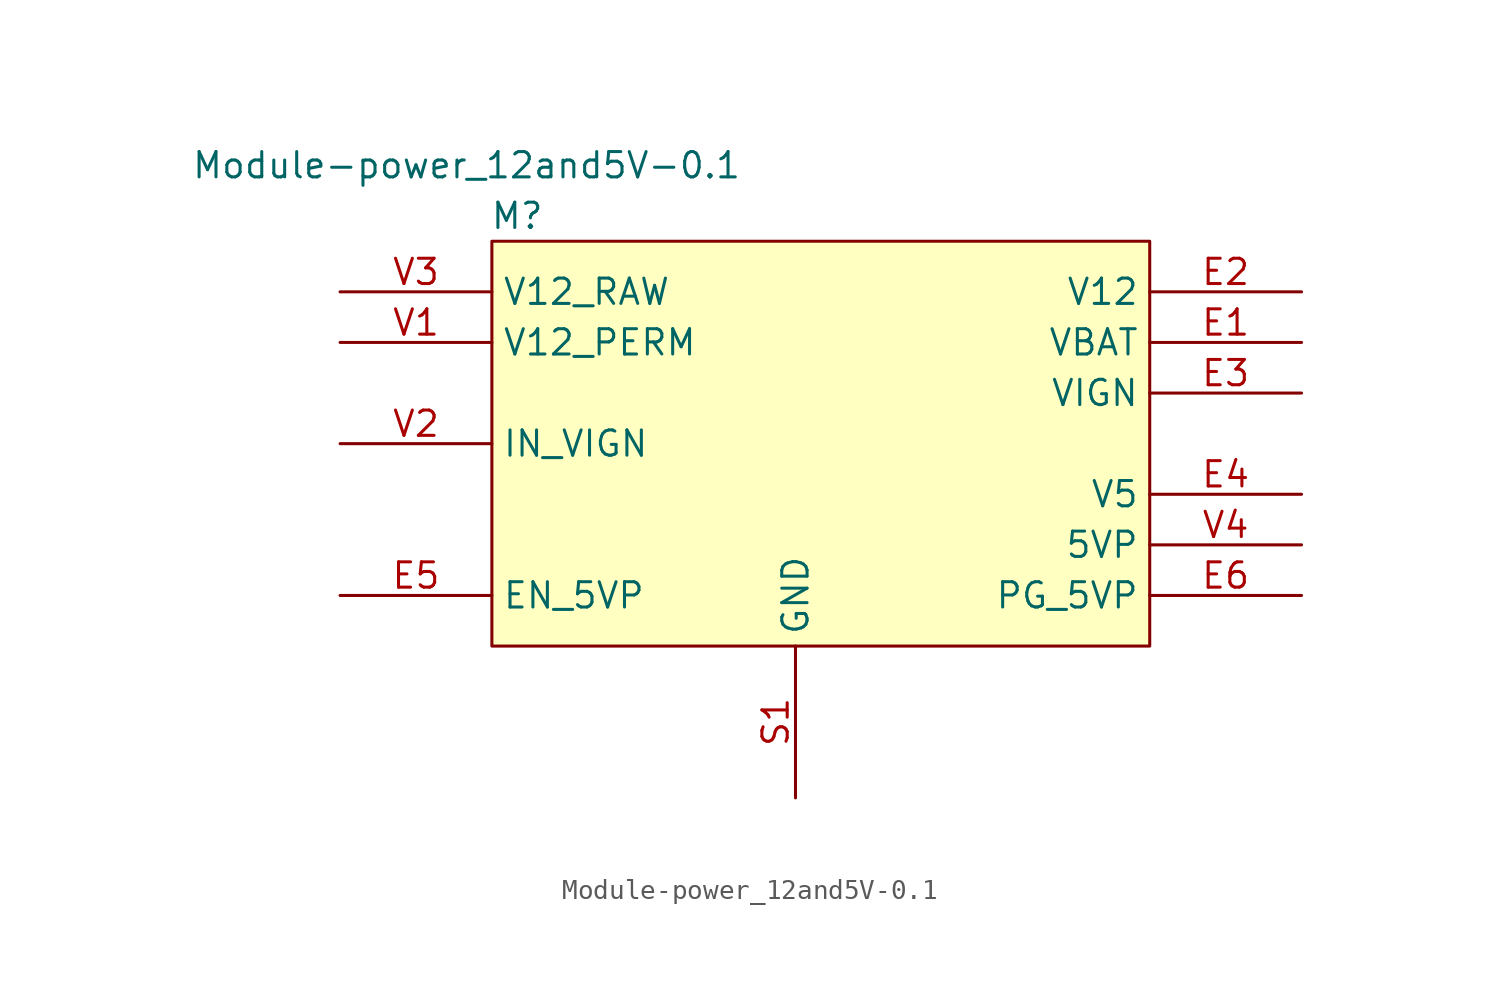
<source format=kicad_sym>
(kicad_symbol_lib
  (version 20211014)
  (generator kicad_symbol_editor)
  (symbol "Module-power_12and5V-0.1"
    (property "Reference" "M"
      (at 1.27 1.27 0)
      (effects (font (size 1.27 1.27))))
    (property "Value" "Module-power_12and5V-0.1"
      (at -1.27 3.81 0)
      (effects (font (size 1.27 1.27))))
    (symbol "Module-power_12and5V-0.1_1_0"
      (rectangle (start 33.02 0) (end 0 -20.32) (stroke (width 0) (type default) (color 0 0 0 0)) (fill (type background)))
      (pin passive line (at 40.64 -5.08 180) (length 7.62) (name "VBAT" (effects (font (size 1.27 1.27)))) (number "E1" (effects (font (size 1.27 1.27)))))
      (pin passive line (at 40.64 -2.54 180) (length 7.62) (name "V12" (effects (font (size 1.27 1.27)))) (number "E2" (effects (font (size 1.27 1.27)))))
      (pin passive line (at 40.64 -7.62 180) (length 7.62) (name "VIGN" (effects (font (size 1.27 1.27)))) (number "E3" (effects (font (size 1.27 1.27)))))
      (pin passive line (at 40.64 -12.7 180) (length 7.62) (name "V5" (effects (font (size 1.27 1.27)))) (number "E4" (effects (font (size 1.27 1.27)))))
      (pin passive line (at -7.62 -17.78 0) (length 7.62) (name "EN_5VP" (effects (font (size 1.27 1.27)))) (number "E5" (effects (font (size 1.27 1.27)))))
      (pin passive line (at 40.64 -17.78 180) (length 7.62) (name "PG_5VP" (effects (font (size 1.27 1.27)))) (number "E6" (effects (font (size 1.27 1.27)))))
      (pin passive line (at 15.24 -27.94 90) (length 7.62) (name "GND" (effects (font (size 1.27 1.27)))) (number "S1" (effects (font (size 1.27 1.27)))))
      (pin passive line (at -7.62 -5.08 0) (length 7.62) (name "V12_PERM" (effects (font (size 1.27 1.27)))) (number "V1" (effects (font (size 1.27 1.27)))))
      (pin passive line (at -7.62 -10.16 0) (length 7.62) (name "IN_VIGN" (effects (font (size 1.27 1.27)))) (number "V2" (effects (font (size 1.27 1.27)))))
      (pin passive line (at -7.62 -2.54 0) (length 7.62) (name "V12_RAW" (effects (font (size 1.27 1.27)))) (number "V3" (effects (font (size 1.27 1.27)))))
      (pin passive line (at 40.64 -15.24 180) (length 7.62) (name "5VP" (effects (font (size 1.27 1.27)))) (number "V4" (effects (font (size 1.27 1.27))))))))
</source>
